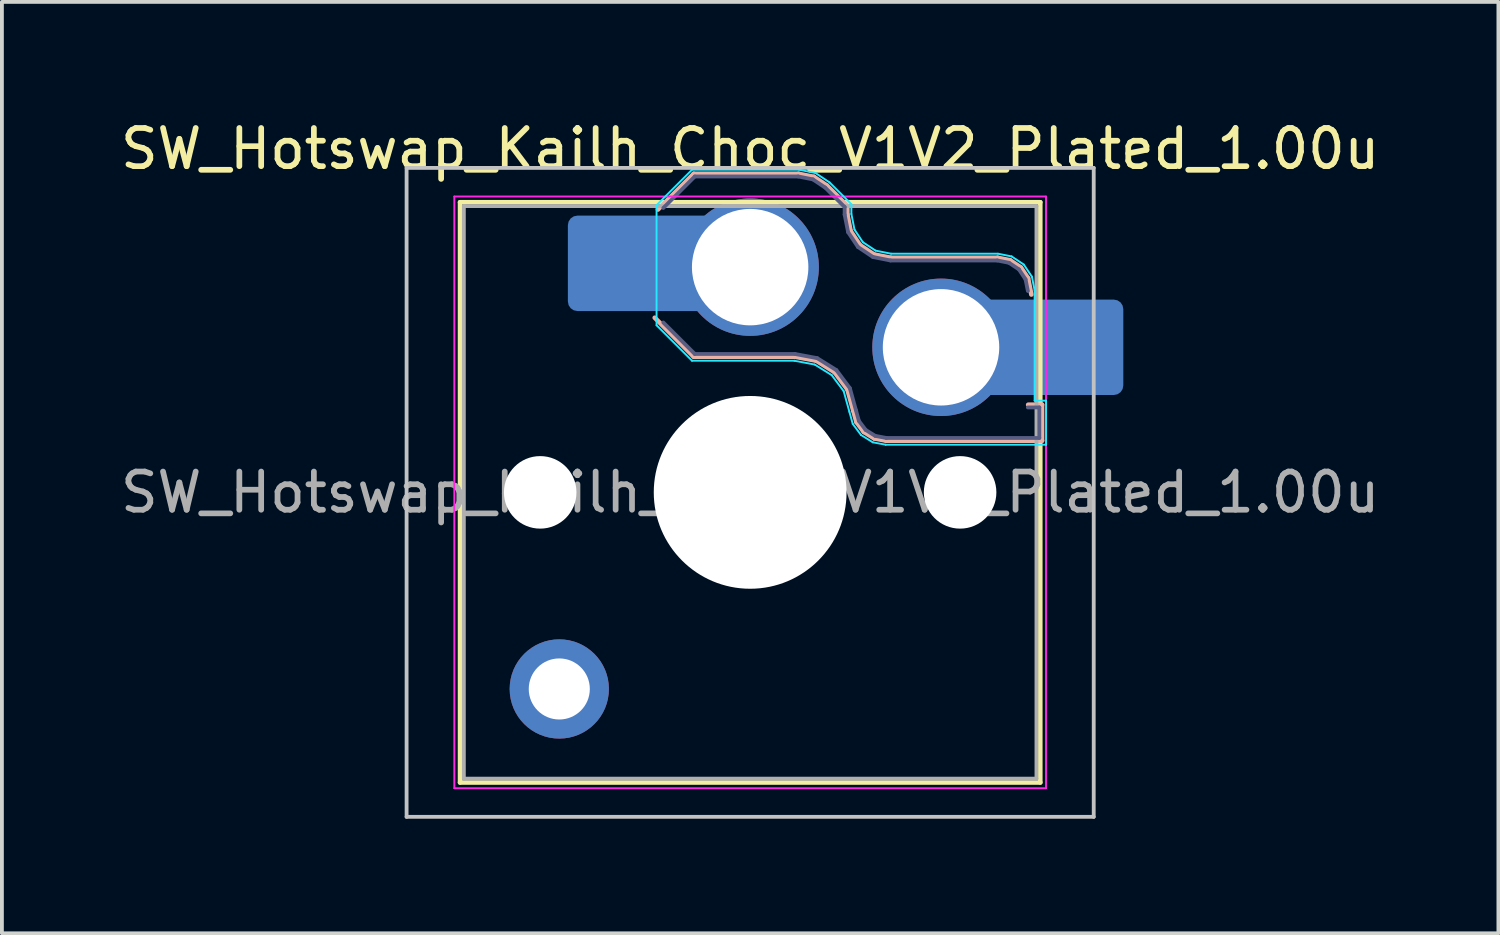
<source format=kicad_pcb>
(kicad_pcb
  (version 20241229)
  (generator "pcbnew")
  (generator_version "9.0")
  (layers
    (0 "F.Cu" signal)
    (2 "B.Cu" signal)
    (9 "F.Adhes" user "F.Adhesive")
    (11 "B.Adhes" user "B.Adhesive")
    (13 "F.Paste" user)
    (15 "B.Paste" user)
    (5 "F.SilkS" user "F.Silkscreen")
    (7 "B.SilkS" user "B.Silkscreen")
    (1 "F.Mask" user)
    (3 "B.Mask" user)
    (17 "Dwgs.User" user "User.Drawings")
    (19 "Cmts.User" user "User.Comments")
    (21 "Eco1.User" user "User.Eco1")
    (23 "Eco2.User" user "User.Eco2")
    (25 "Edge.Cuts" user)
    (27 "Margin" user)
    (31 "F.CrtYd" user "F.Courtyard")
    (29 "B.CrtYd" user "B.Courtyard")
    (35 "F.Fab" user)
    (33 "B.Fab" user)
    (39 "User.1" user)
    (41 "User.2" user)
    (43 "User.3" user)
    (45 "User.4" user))
  (footprint "SW_Hotswap_Kailh_Choc_V1V2_Plated_1.00u"
    (layer "F.Cu")
    (at 16.601 9.848)
    (property "Reference" "SW_Hotswap_Kailh_Choc_V1V2_Plated_1.00u" (at 0 -9 0) (layer "F.SilkS") (effects (font (size 1 1) (thickness 0.15))))
    (attr smd)
    (fp_line (start -7.6 -7.6) (end -7.6 7.6) (stroke (width 0.12) (type solid)) (layer "F.SilkS"))
    (fp_line (start -7.6 7.6) (end 7.6 7.6) (stroke (width 0.12) (type solid)) (layer "F.SilkS"))
    (fp_line (start 7.6 -7.6) (end -7.6 -7.6) (stroke (width 0.12) (type solid)) (layer "F.SilkS"))
    (fp_line (start 7.6 7.6) (end 7.6 -7.6) (stroke (width 0.12) (type solid)) (layer "F.SilkS"))
    (fp_line (start -2.416 -7.409) (end -1.479 -8.346) (stroke (width 0.12) (type solid)) (layer "B.SilkS"))
    (fp_line (start -1.479 -8.346) (end 1.268 -8.346) (stroke (width 0.12) (type solid)) (layer "B.SilkS"))
    (fp_line (start -1.479 -3.554) (end -2.5 -4.575) (stroke (width 0.12) (type solid)) (layer "B.SilkS"))
    (fp_line (start 1.168 -3.554) (end -1.479 -3.554) (stroke (width 0.12) (type solid)) (layer "B.SilkS"))
    (fp_line (start 1.268 -8.346) (end 1.671 -8.266) (stroke (width 0.12) (type solid)) (layer "B.SilkS"))
    (fp_line (start 1.671 -8.266) (end 2.013 -8.037) (stroke (width 0.12) (type solid)) (layer "B.SilkS"))
    (fp_line (start 1.73 -3.449) (end 1.168 -3.554) (stroke (width 0.12) (type solid)) (layer "B.SilkS"))
    (fp_line (start 2.013 -8.037) (end 2.546 -7.504) (stroke (width 0.12) (type solid)) (layer "B.SilkS"))
    (fp_line (start 2.209 -3.15) (end 1.73 -3.449) (stroke (width 0.12) (type solid)) (layer "B.SilkS"))
    (fp_line (start 2.546 -7.504) (end 2.546 -7.282) (stroke (width 0.12) (type solid)) (layer "B.SilkS"))
    (fp_line (start 2.546 -7.282) (end 2.633 -6.844) (stroke (width 0.12) (type solid)) (layer "B.SilkS"))
    (fp_line (start 2.547 -2.697) (end 2.209 -3.15) (stroke (width 0.12) (type solid)) (layer "B.SilkS"))
    (fp_line (start 2.633 -6.844) (end 2.877 -6.477) (stroke (width 0.12) (type solid)) (layer "B.SilkS"))
    (fp_line (start 2.701 -2.139) (end 2.547 -2.697) (stroke (width 0.12) (type solid)) (layer "B.SilkS"))
    (fp_line (start 2.783 -1.841) (end 2.701 -2.139) (stroke (width 0.12) (type solid)) (layer "B.SilkS"))
    (fp_line (start 2.877 -6.477) (end 3.244 -6.233) (stroke (width 0.12) (type solid)) (layer "B.SilkS"))
    (fp_line (start 2.976 -1.583) (end 2.783 -1.841) (stroke (width 0.12) (type solid)) (layer "B.SilkS"))
    (fp_line (start 3.244 -6.233) (end 3.682 -6.146) (stroke (width 0.12) (type solid)) (layer "B.SilkS"))
    (fp_line (start 3.25 -1.413) (end 2.976 -1.583) (stroke (width 0.12) (type solid)) (layer "B.SilkS"))
    (fp_line (start 3.56 -1.354) (end 3.25 -1.413) (stroke (width 0.12) (type solid)) (layer "B.SilkS"))
    (fp_line (start 3.682 -6.146) (end 6.482 -6.146) (stroke (width 0.12) (type solid)) (layer "B.SilkS"))
    (fp_line (start 6.482 -6.146) (end 6.809 -6.081) (stroke (width 0.12) (type solid)) (layer "B.SilkS"))
    (fp_line (start 6.809 -6.081) (end 7.092 -5.892) (stroke (width 0.12) (type solid)) (layer "B.SilkS"))
    (fp_line (start 7.092 -5.892) (end 7.281 -5.609) (stroke (width 0.12) (type solid)) (layer "B.SilkS"))
    (fp_line (start 7.281 -5.609) (end 7.366 -5.182) (stroke (width 0.12) (type solid)) (layer "B.SilkS"))
    (fp_line (start 7.283 -2.296) (end 7.646 -2.296) (stroke (width 0.12) (type solid)) (layer "B.SilkS"))
    (fp_line (start 7.646 -2.296) (end 7.646 -1.354) (stroke (width 0.12) (type solid)) (layer "B.SilkS"))
    (fp_line (start 7.646 -1.354) (end 3.56 -1.354) (stroke (width 0.12) (type solid)) (layer "B.SilkS"))
    (fp_line (start -9 -8.5) (end -9 8.5) (stroke (width 0.1) (type solid)) (layer "Dwgs.User"))
    (fp_line (start -9 8.5) (end 9 8.5) (stroke (width 0.1) (type solid)) (layer "Dwgs.User"))
    (fp_line (start 9 -8.5) (end -9 -8.5) (stroke (width 0.1) (type solid)) (layer "Dwgs.User"))
    (fp_line (start 9 8.5) (end 9 -8.5) (stroke (width 0.1) (type solid)) (layer "Dwgs.User"))
    (fp_line (start -7.25 -7.25) (end -7.25 7.25) (stroke (width 0.1) (type solid)) (layer "Eco1.User"))
    (fp_line (start -7.25 7.25) (end 7.25 7.25) (stroke (width 0.1) (type solid)) (layer "Eco1.User"))
    (fp_line (start 7.25 -7.25) (end -7.25 -7.25) (stroke (width 0.1) (type solid)) (layer "Eco1.User"))
    (fp_line (start 7.25 7.25) (end 7.25 -7.25) (stroke (width 0.1) (type solid)) (layer "Eco1.User"))
    (fp_line (start -2.452 -7.523) (end -1.523 -8.452) (stroke (width 0.05) (type solid)) (layer "B.CrtYd"))
    (fp_line (start -2.452 -4.377) (end -2.452 -7.523) (stroke (width 0.05) (type solid)) (layer "B.CrtYd"))
    (fp_line (start -1.523 -8.452) (end 1.278 -8.452) (stroke (width 0.05) (type solid)) (layer "B.CrtYd"))
    (fp_line (start -1.523 -3.448) (end -2.452 -4.377) (stroke (width 0.05) (type solid)) (layer "B.CrtYd"))
    (fp_line (start 1.159 -3.448) (end -1.523 -3.448) (stroke (width 0.05) (type solid)) (layer "B.CrtYd"))
    (fp_line (start 1.278 -8.452) (end 1.712 -8.366) (stroke (width 0.05) (type solid)) (layer "B.CrtYd"))
    (fp_line (start 1.691 -3.348) (end 1.159 -3.448) (stroke (width 0.05) (type solid)) (layer "B.CrtYd"))
    (fp_line (start 1.712 -8.366) (end 2.081 -8.119) (stroke (width 0.05) (type solid)) (layer "B.CrtYd"))
    (fp_line (start 2.081 -8.119) (end 2.652 -7.548) (stroke (width 0.05) (type solid)) (layer "B.CrtYd"))
    (fp_line (start 2.136 -3.071) (end 1.691 -3.348) (stroke (width 0.05) (type solid)) (layer "B.CrtYd"))
    (fp_line (start 2.45 -2.65) (end 2.136 -3.071) (stroke (width 0.05) (type solid)) (layer "B.CrtYd"))
    (fp_line (start 2.599 -2.111) (end 2.45 -2.65) (stroke (width 0.05) (type solid)) (layer "B.CrtYd"))
    (fp_line (start 2.652 -7.548) (end 2.652 -7.292) (stroke (width 0.05) (type solid)) (layer "B.CrtYd"))
    (fp_line (start 2.652 -7.292) (end 2.733 -6.885) (stroke (width 0.05) (type solid)) (layer "B.CrtYd"))
    (fp_line (start 2.687 -1.794) (end 2.599 -2.111) (stroke (width 0.05) (type solid)) (layer "B.CrtYd"))
    (fp_line (start 2.733 -6.885) (end 2.953 -6.553) (stroke (width 0.05) (type solid)) (layer "B.CrtYd"))
    (fp_line (start 2.903 -1.503) (end 2.687 -1.794) (stroke (width 0.05) (type solid)) (layer "B.CrtYd"))
    (fp_line (start 2.953 -6.553) (end 3.285 -6.333) (stroke (width 0.05) (type solid)) (layer "B.CrtYd"))
    (fp_line (start 3.211 -1.312) (end 2.903 -1.503) (stroke (width 0.05) (type solid)) (layer "B.CrtYd"))
    (fp_line (start 3.285 -6.333) (end 3.692 -6.252) (stroke (width 0.05) (type solid)) (layer "B.CrtYd"))
    (fp_line (start 3.55 -1.248) (end 3.211 -1.312) (stroke (width 0.05) (type solid)) (layer "B.CrtYd"))
    (fp_line (start 3.692 -6.252) (end 6.492 -6.252) (stroke (width 0.05) (type solid)) (layer "B.CrtYd"))
    (fp_line (start 6.492 -6.252) (end 6.85 -6.181) (stroke (width 0.05) (type solid)) (layer "B.CrtYd"))
    (fp_line (start 6.85 -6.181) (end 7.168 -5.968) (stroke (width 0.05) (type solid)) (layer "B.CrtYd"))
    (fp_line (start 7.168 -5.968) (end 7.381 -5.65) (stroke (width 0.05) (type solid)) (layer "B.CrtYd"))
    (fp_line (start 7.381 -5.65) (end 7.452 -5.292) (stroke (width 0.05) (type solid)) (layer "B.CrtYd"))
    (fp_line (start 7.452 -5.292) (end 7.452 -2.402) (stroke (width 0.05) (type solid)) (layer "B.CrtYd"))
    (fp_line (start 7.452 -2.402) (end 7.752 -2.402) (stroke (width 0.05) (type solid)) (layer "B.CrtYd"))
    (fp_line (start 7.752 -2.402) (end 7.752 -1.248) (stroke (width 0.05) (type solid)) (layer "B.CrtYd"))
    (fp_line (start 7.752 -1.248) (end 3.55 -1.248) (stroke (width 0.05) (type solid)) (layer "B.CrtYd"))
    (fp_line (start -7.75 -7.75) (end -7.75 7.75) (stroke (width 0.05) (type solid)) (layer "F.CrtYd"))
    (fp_line (start -7.75 7.75) (end 7.75 7.75) (stroke (width 0.05) (type solid)) (layer "F.CrtYd"))
    (fp_line (start 7.75 -7.75) (end -7.75 -7.75) (stroke (width 0.05) (type solid)) (layer "F.CrtYd"))
    (fp_line (start 7.75 7.75) (end 7.75 -7.75) (stroke (width 0.05) (type solid)) (layer "F.CrtYd"))
    (fp_line (start -2.275 -7.45) (end -1.45 -8.275) (stroke (width 0.1) (type solid)) (layer "B.Fab"))
    (fp_line (start -1.45 -8.275) (end 1.261 -8.275) (stroke (width 0.1) (type solid)) (layer "B.Fab"))
    (fp_line (start -1.45 -3.625) (end -2.275 -4.45) (stroke (width 0.1) (type solid)) (layer "B.Fab"))
    (fp_line (start 1.175 -3.625) (end -1.45 -3.625) (stroke (width 0.1) (type solid)) (layer "B.Fab"))
    (fp_line (start 1.261 -8.275) (end 1.643 -8.199) (stroke (width 0.1) (type solid)) (layer "B.Fab"))
    (fp_line (start 1.643 -8.199) (end 1.968 -7.982) (stroke (width 0.1) (type solid)) (layer "B.Fab"))
    (fp_line (start 1.756 -3.516) (end 1.175 -3.625) (stroke (width 0.1) (type solid)) (layer "B.Fab"))
    (fp_line (start 1.968 -7.982) (end 2.475 -7.475) (stroke (width 0.1) (type solid)) (layer "B.Fab"))
    (fp_line (start 2.258 -3.203) (end 1.756 -3.516) (stroke (width 0.1) (type solid)) (layer "B.Fab"))
    (fp_line (start 2.475 -7.475) (end 2.475 -7.275) (stroke (width 0.1) (type solid)) (layer "B.Fab"))
    (fp_line (start 2.475 -7.275) (end 2.566 -6.816) (stroke (width 0.1) (type solid)) (layer "B.Fab"))
    (fp_line (start 2.566 -6.816) (end 2.826 -6.426) (stroke (width 0.1) (type solid)) (layer "B.Fab"))
    (fp_line (start 2.612 -2.729) (end 2.258 -3.203) (stroke (width 0.1) (type solid)) (layer "B.Fab"))
    (fp_line (start 2.769 -2.158) (end 2.612 -2.729) (stroke (width 0.1) (type solid)) (layer "B.Fab"))
    (fp_line (start 2.826 -6.426) (end 3.216 -6.166) (stroke (width 0.1) (type solid)) (layer "B.Fab"))
    (fp_line (start 2.848 -1.873) (end 2.769 -2.158) (stroke (width 0.1) (type solid)) (layer "B.Fab"))
    (fp_line (start 3.025 -1.636) (end 2.848 -1.873) (stroke (width 0.1) (type solid)) (layer "B.Fab"))
    (fp_line (start 3.216 -6.166) (end 3.675 -6.075) (stroke (width 0.1) (type solid)) (layer "B.Fab"))
    (fp_line (start 3.276 -1.48) (end 3.025 -1.636) (stroke (width 0.1) (type solid)) (layer "B.Fab"))
    (fp_line (start 3.567 -1.425) (end 3.276 -1.48) (stroke (width 0.1) (type solid)) (layer "B.Fab"))
    (fp_line (start 3.675 -6.075) (end 6.475 -6.075) (stroke (width 0.1) (type solid)) (layer "B.Fab"))
    (fp_line (start 6.475 -6.075) (end 6.781 -6.014) (stroke (width 0.1) (type solid)) (layer "B.Fab"))
    (fp_line (start 6.781 -6.014) (end 7.041 -5.841) (stroke (width 0.1) (type solid)) (layer "B.Fab"))
    (fp_line (start 7.041 -5.841) (end 7.214 -5.581) (stroke (width 0.1) (type solid)) (layer "B.Fab"))
    (fp_line (start 7.214 -5.581) (end 7.275 -5.275) (stroke (width 0.1) (type solid)) (layer "B.Fab"))
    (fp_line (start 7.275 -2.225) (end 7.575 -2.225) (stroke (width 0.1) (type solid)) (layer "B.Fab"))
    (fp_line (start 7.575 -2.225) (end 7.575 -1.425) (stroke (width 0.1) (type solid)) (layer "B.Fab"))
    (fp_line (start 7.575 -1.425) (end 3.567 -1.425) (stroke (width 0.1) (type solid)) (layer "B.Fab"))
    (fp_line (start -7.5 -7.5) (end -7.5 7.5) (stroke (width 0.1) (type solid)) (layer "F.Fab"))
    (fp_line (start -7.5 7.5) (end 7.5 7.5) (stroke (width 0.1) (type solid)) (layer "F.Fab"))
    (fp_line (start 7.5 -7.5) (end -7.5 -7.5) (stroke (width 0.1) (type solid)) (layer "F.Fab"))
    (fp_line (start 7.5 7.5) (end 7.5 -7.5) (stroke (width 0.1) (type solid)) (layer "F.Fab"))
    (fp_text user "${REFERENCE}" (at 0 0 0) (layer "F.Fab") (effects (font (size 1 1) (thickness 0.15))))
    (pad "" np_thru_hole circle (at -5.5 0) (size 1.9 1.9) (drill 1.9) (layers "*.Cu" "*.Mask"))
    (pad "" thru_hole circle (at -5 5.15) (size 2.6 2.6) (drill 1.6) (layers "*.Cu" "*.Mask"))
    (pad "" smd roundrect (at -3.5 -6) (size 2.55 2.5) (layers "B.Mask" "B.Paste") (roundrect_rratio 0.1))
    (pad "" np_thru_hole circle (at 0 0) (size 5.05 5.05) (drill 5.05) (layers "*.Cu" "*.Mask"))
    (pad "" np_thru_hole circle (at 5.5 0) (size 1.9 1.9) (drill 1.9) (layers "*.Cu" "*.Mask"))
    (pad "" smd roundrect (at 8.5 -3.8) (size 2.55 2.5) (layers "B.Mask" "B.Paste") (roundrect_rratio 0.1))
    (pad "1" smd roundrect (at -2.85 -6) (size 3.85 2.5) (layers "B.Cu") (roundrect_rratio 0.1))
    (pad "1" thru_hole circle (at 0 -5.9) (size 3.6 3.6) (drill 3.05) (layers "*.Cu" "*.Mask"))
    (pad "2" thru_hole circle (at 5 -3.8) (size 3.6 3.6) (drill 3.05) (layers "*.Cu" "*.Mask"))
    (pad "2" smd roundrect (at 7.85 -3.8) (size 3.85 2.5) (layers "B.Cu") (roundrect_rratio 0.1)))
  (gr_rect
    (start -3 -3)
    (end 36.202 21.398)
    (stroke (width 0.1) (type default))
    (fill no)
    (layer "Edge.Cuts")))
</source>
